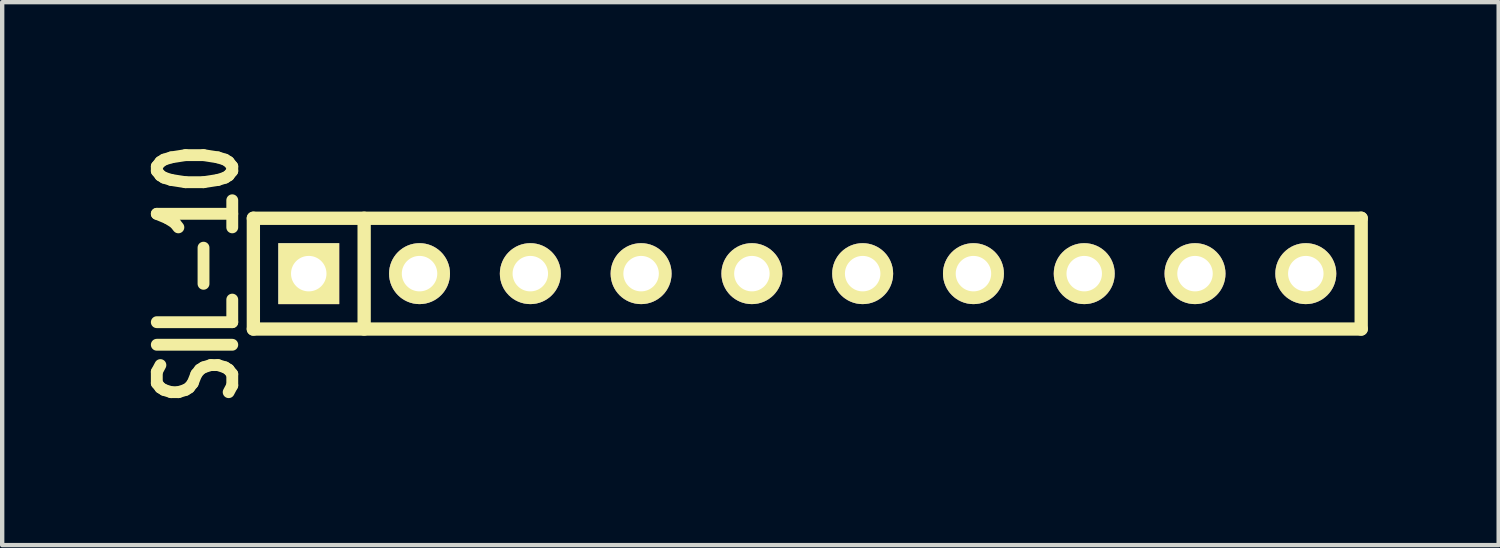
<source format=kicad_pcb>
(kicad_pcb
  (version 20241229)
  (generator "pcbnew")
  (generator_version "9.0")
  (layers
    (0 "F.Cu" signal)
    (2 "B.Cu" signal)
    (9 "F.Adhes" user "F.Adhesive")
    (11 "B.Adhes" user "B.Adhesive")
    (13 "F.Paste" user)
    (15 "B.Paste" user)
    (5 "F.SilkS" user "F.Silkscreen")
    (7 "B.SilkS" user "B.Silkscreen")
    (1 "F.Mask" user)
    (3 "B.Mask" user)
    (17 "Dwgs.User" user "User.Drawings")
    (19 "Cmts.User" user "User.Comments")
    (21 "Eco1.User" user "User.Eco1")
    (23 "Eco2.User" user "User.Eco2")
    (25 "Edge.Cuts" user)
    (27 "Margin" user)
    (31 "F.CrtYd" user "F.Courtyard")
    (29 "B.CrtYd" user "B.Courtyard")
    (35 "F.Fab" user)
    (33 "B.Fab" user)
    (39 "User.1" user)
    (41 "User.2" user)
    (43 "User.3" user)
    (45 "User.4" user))
  (footprint "SIL-10"
    (layer "F.Cu")
    (at 15.459 3.224)
    (property "Reference" "SIL-10" (at -13.97 0 90) (layer "F.SilkS") (effects (font (size 1.73 1.087) (thickness 0.305))))
    (attr through_hole)
    (fp_line (start -12.7 -1.27) (end 12.7 -1.27) (stroke (width 0.305) (type solid)) (layer "F.SilkS"))
    (fp_line (start -12.7 1.27) (end -12.7 -1.27) (stroke (width 0.305) (type solid)) (layer "F.SilkS"))
    (fp_line (start -10.16 1.27) (end -10.16 -1.27) (stroke (width 0.305) (type solid)) (layer "F.SilkS"))
    (fp_line (start 12.7 -1.27) (end 12.7 1.27) (stroke (width 0.305) (type solid)) (layer "F.SilkS"))
    (fp_line (start 12.7 1.27) (end -12.7 1.27) (stroke (width 0.305) (type solid)) (layer "F.SilkS"))
    (pad "1" thru_hole rect (at -11.43 0) (size 1.397 1.397) (drill 0.813) (layers "*.Cu" "*.Mask" "F.SilkS"))
    (pad "2" thru_hole circle (at -8.89 0) (size 1.397 1.397) (drill 0.813) (layers "*.Cu" "*.Mask" "F.SilkS"))
    (pad "3" thru_hole circle (at -6.35 0) (size 1.397 1.397) (drill 0.813) (layers "*.Cu" "*.Mask" "F.SilkS"))
    (pad "4" thru_hole circle (at -3.81 0) (size 1.397 1.397) (drill 0.813) (layers "*.Cu" "*.Mask" "F.SilkS"))
    (pad "5" thru_hole circle (at -1.27 0) (size 1.397 1.397) (drill 0.813) (layers "*.Cu" "*.Mask" "F.SilkS"))
    (pad "6" thru_hole circle (at 1.27 0) (size 1.397 1.397) (drill 0.813) (layers "*.Cu" "*.Mask" "F.SilkS"))
    (pad "7" thru_hole circle (at 3.81 0) (size 1.397 1.397) (drill 0.813) (layers "*.Cu" "*.Mask" "F.SilkS"))
    (pad "8" thru_hole circle (at 6.35 0) (size 1.397 1.397) (drill 0.813) (layers "*.Cu" "*.Mask" "F.SilkS"))
    (pad "9" thru_hole circle (at 8.89 0) (size 1.397 1.397) (drill 0.813) (layers "*.Cu" "*.Mask" "F.SilkS"))
    (pad "10" thru_hole circle (at 11.43 0) (size 1.397 1.397) (drill 0.813) (layers "*.Cu" "*.Mask" "F.SilkS")))
  (gr_rect
    (start -3 -3)
    (end 31.311 9.448)
    (stroke (width 0.1) (type default))
    (fill no)
    (layer "Edge.Cuts")))
</source>
